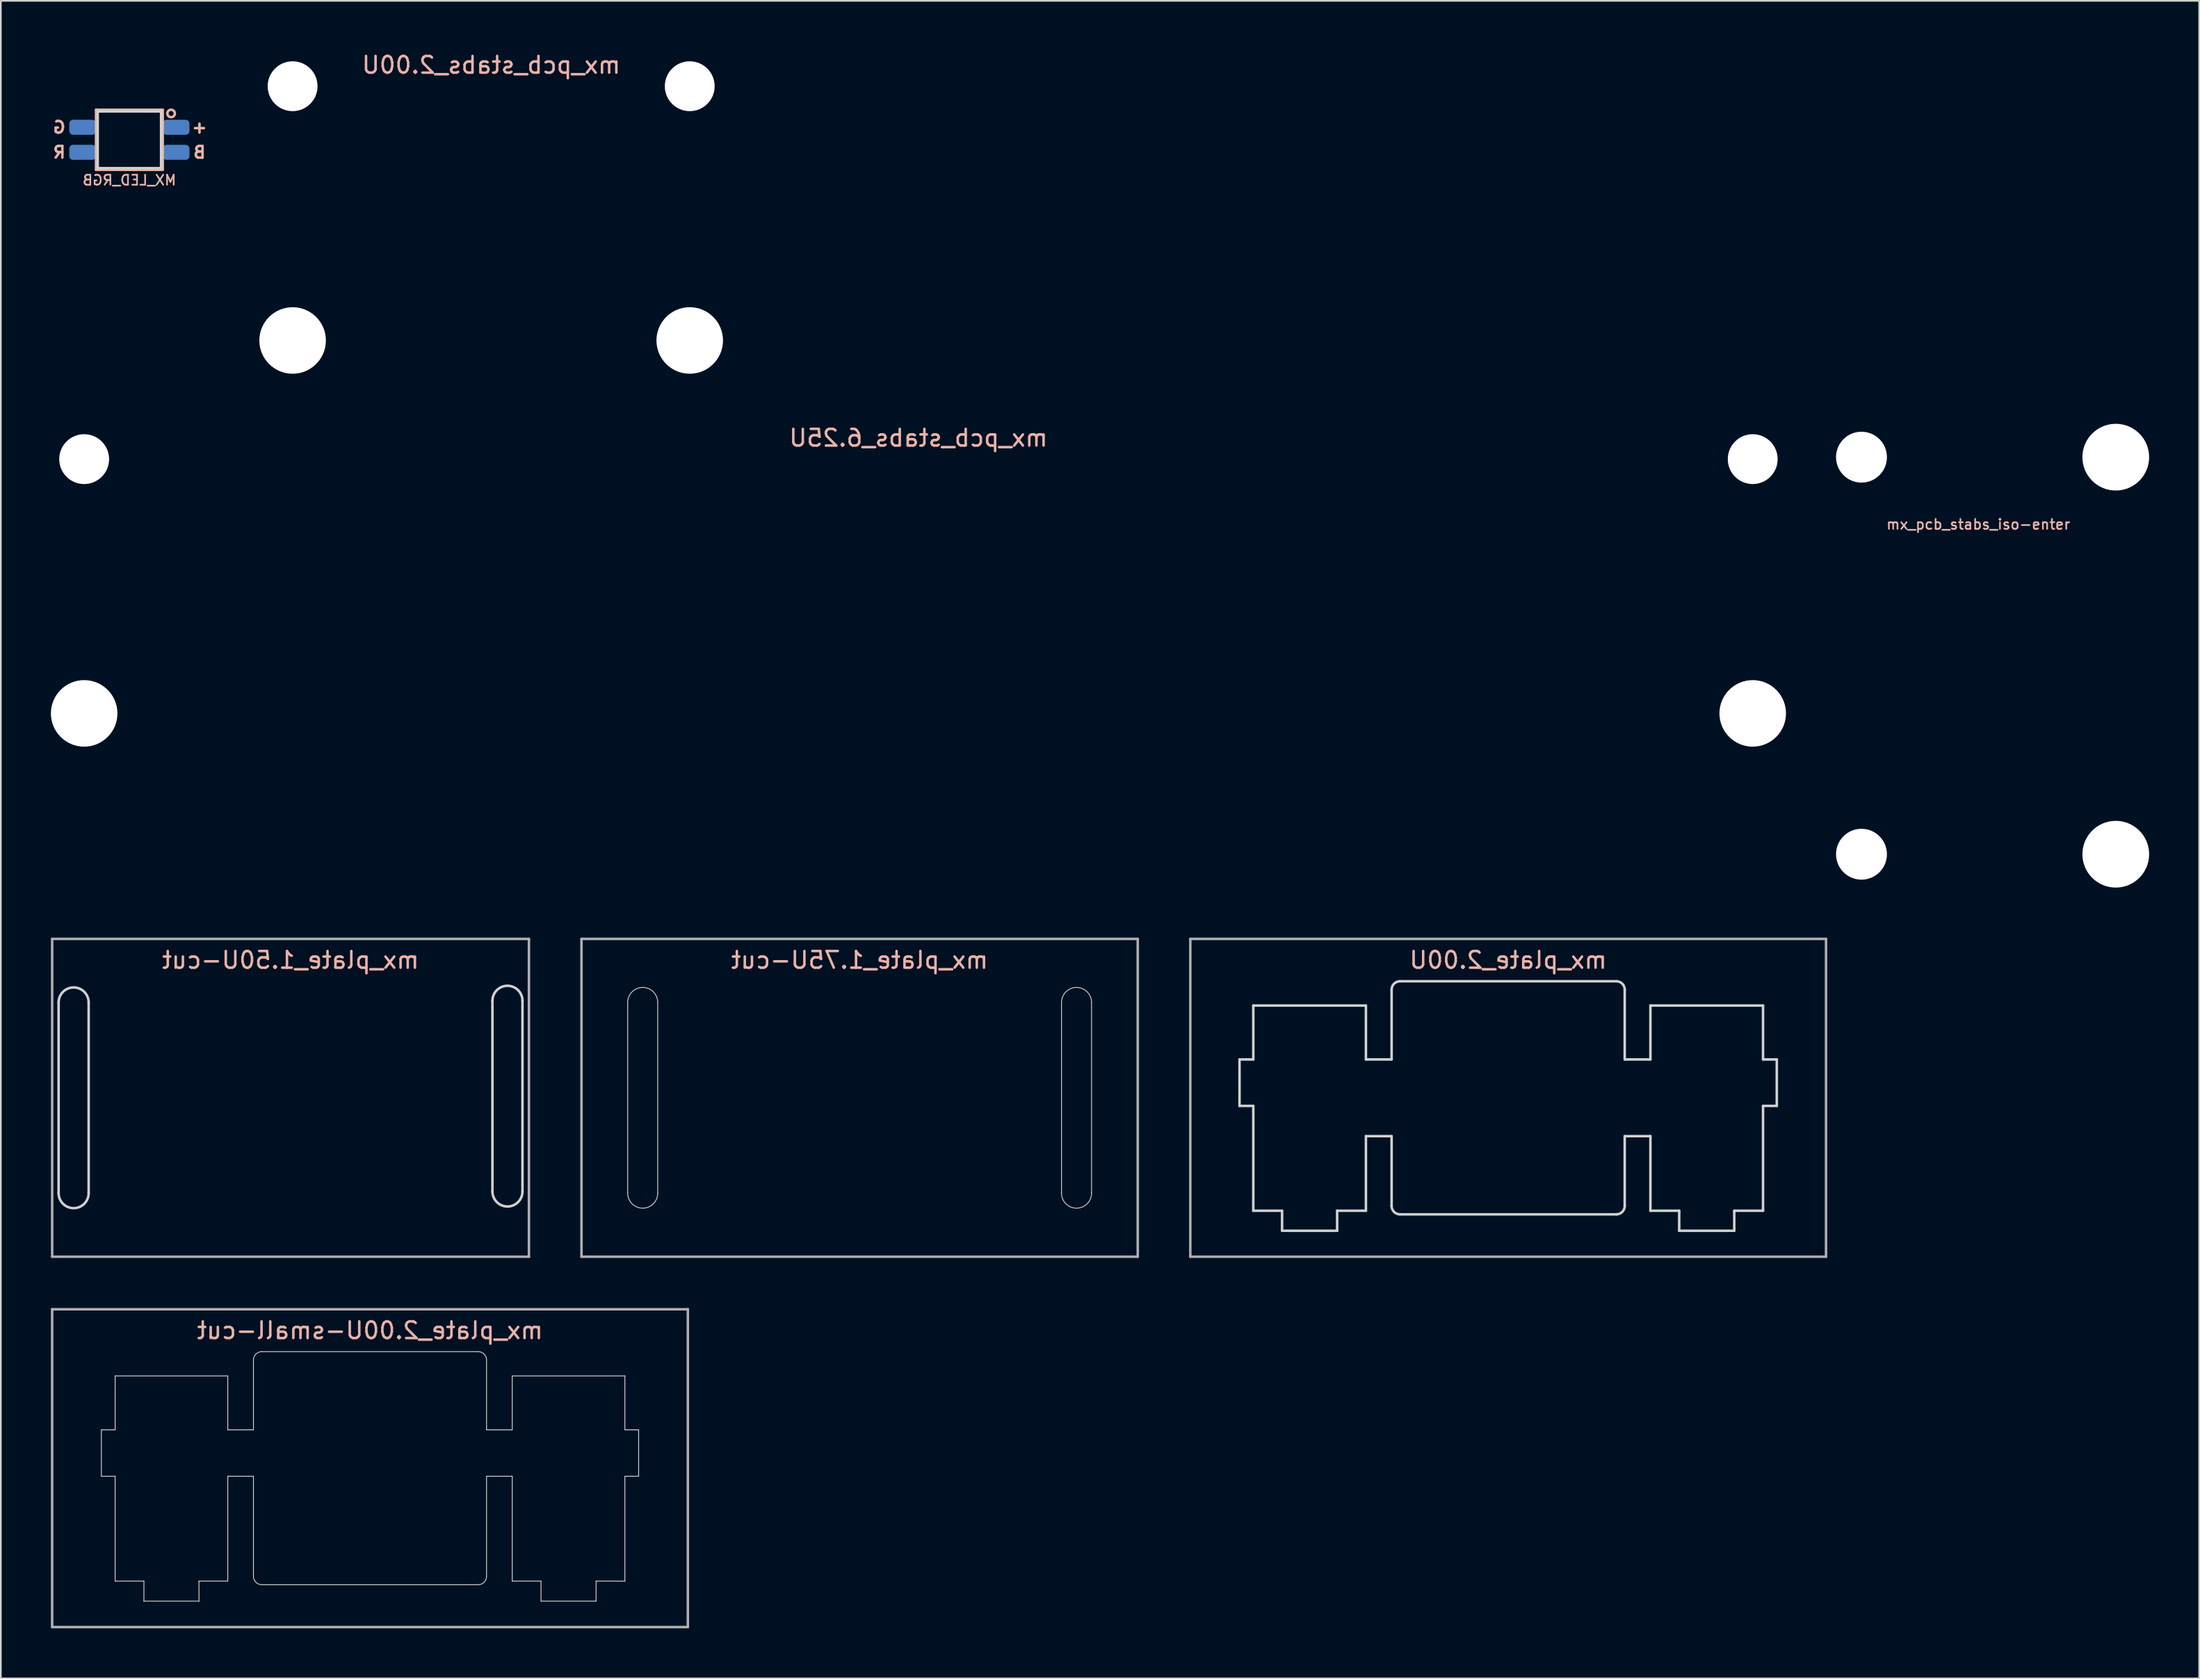
<source format=kicad_pcb>
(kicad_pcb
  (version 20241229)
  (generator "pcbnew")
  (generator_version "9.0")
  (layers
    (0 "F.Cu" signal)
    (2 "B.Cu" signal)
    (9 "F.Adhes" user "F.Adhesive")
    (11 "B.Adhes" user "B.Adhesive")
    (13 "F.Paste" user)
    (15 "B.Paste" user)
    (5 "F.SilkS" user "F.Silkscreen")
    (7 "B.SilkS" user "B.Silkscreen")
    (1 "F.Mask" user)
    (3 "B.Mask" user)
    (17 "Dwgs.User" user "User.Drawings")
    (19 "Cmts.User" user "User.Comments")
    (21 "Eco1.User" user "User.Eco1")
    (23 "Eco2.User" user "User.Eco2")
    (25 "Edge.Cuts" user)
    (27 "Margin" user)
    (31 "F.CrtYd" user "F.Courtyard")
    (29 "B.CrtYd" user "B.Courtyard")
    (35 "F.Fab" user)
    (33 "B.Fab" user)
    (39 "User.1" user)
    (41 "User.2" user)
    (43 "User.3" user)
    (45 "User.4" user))
  (footprint "mx_pcb_stabs_6.25U"
    (layer "F.Cu")
    (at 51.994 31.455)
    (property "Reference" "mx_pcb_stabs_6.25U" (at 0 -8.255 0) (layer "B.SilkS") (effects (font (size 1 1) (thickness 0.15)) (justify mirror)))
    (attr smd)
    (pad "" np_thru_hole circle (at -50 -6.985) (size 2.988 2.988) (drill 2.988) (layers "*.Cu" "*.Mask"))
    (pad "" np_thru_hole circle (at -50 8.255) (size 3.988 3.988) (drill 3.988) (layers "*.Cu" "*.Mask"))
    (pad "" np_thru_hole circle (at 50 -6.985) (size 2.988 2.988) (drill 2.988) (layers "*.Cu" "*.Mask"))
    (pad "" np_thru_hole circle (at 50 8.255) (size 3.988 3.988) (drill 3.988) (layers "*.Cu" "*.Mask")))
  (footprint "mx_plate_2.00U-small-cut"
    (layer "F.Cu")
    (at 19.125 84.952)
    (property "Reference" "mx_plate_2.00U-small-cut" (at 0 -8.255 0) (layer "B.SilkS") (effects (font (size 1 1) (thickness 0.15)) (justify mirror)))
    (attr smd)
    (fp_line (start -16.1 -2.3) (end -16.1 0.485) (stroke (width 0.05) (type solid)) (layer "Edge.Cuts"))
    (fp_line (start -16.1 -2.3) (end -15.275 -2.3) (stroke (width 0.05) (type solid)) (layer "Edge.Cuts"))
    (fp_line (start -16.1 0.485) (end -15.275 0.485) (stroke (width 0.05) (type solid)) (layer "Edge.Cuts"))
    (fp_line (start -15.275 -5.53) (end -15.275 -2.3) (stroke (width 0.05) (type solid)) (layer "Edge.Cuts"))
    (fp_line (start -15.275 -5.53) (end -8.525 -5.53) (stroke (width 0.05) (type solid)) (layer "Edge.Cuts"))
    (fp_line (start -15.275 0.485) (end -15.275 6.77) (stroke (width 0.05) (type solid)) (layer "Edge.Cuts"))
    (fp_line (start -15.275 6.77) (end -13.55 6.77) (stroke (width 0.05) (type solid)) (layer "Edge.Cuts"))
    (fp_line (start -13.55 6.77) (end -13.55 7.97) (stroke (width 0.05) (type solid)) (layer "Edge.Cuts"))
    (fp_line (start -13.55 7.97) (end -10.25 7.97) (stroke (width 0.05) (type solid)) (layer "Edge.Cuts"))
    (fp_line (start -10.25 6.77) (end -10.25 7.97) (stroke (width 0.05) (type solid)) (layer "Edge.Cuts"))
    (fp_line (start -10.25 6.77) (end -8.525 6.77) (stroke (width 0.05) (type solid)) (layer "Edge.Cuts"))
    (fp_line (start -8.525 -5.53) (end -8.525 -2.3) (stroke (width 0.05) (type solid)) (layer "Edge.Cuts"))
    (fp_line (start -8.525 -2.3) (end -6.985 -2.3) (stroke (width 0.05) (type solid)) (layer "Edge.Cuts"))
    (fp_line (start -8.525 0.485) (end -8.525 6.77) (stroke (width 0.05) (type solid)) (layer "Edge.Cuts"))
    (fp_line (start -8.525 0.485) (end -6.985 0.485) (stroke (width 0.05) (type solid)) (layer "Edge.Cuts"))
    (fp_line (start -6.985 -6.485) (end -6.985 -2.3) (stroke (width 0.05) (type solid)) (layer "Edge.Cuts"))
    (fp_line (start -6.985 0.485) (end -6.985 6.485) (stroke (width 0.05) (type solid)) (layer "Edge.Cuts"))
    (fp_line (start -6.485 6.985) (end 6.485 6.985) (stroke (width 0.05) (type solid)) (layer "Edge.Cuts"))
    (fp_line (start 6.485 -6.985) (end -6.485 -6.985) (stroke (width 0.05) (type solid)) (layer "Edge.Cuts"))
    (fp_line (start 6.985 -6.485) (end 6.985 -2.3) (stroke (width 0.05) (type solid)) (layer "Edge.Cuts"))
    (fp_line (start 6.985 -2.3) (end 8.525 -2.3) (stroke (width 0.05) (type solid)) (layer "Edge.Cuts"))
    (fp_line (start 6.985 0.485) (end 6.985 6.485) (stroke (width 0.05) (type solid)) (layer "Edge.Cuts"))
    (fp_line (start 6.985 0.485) (end 8.525 0.485) (stroke (width 0.05) (type solid)) (layer "Edge.Cuts"))
    (fp_line (start 8.525 -5.53) (end 8.525 -2.3) (stroke (width 0.05) (type solid)) (layer "Edge.Cuts"))
    (fp_line (start 8.525 -5.53) (end 15.275 -5.53) (stroke (width 0.05) (type solid)) (layer "Edge.Cuts"))
    (fp_line (start 8.525 0.485) (end 8.525 6.77) (stroke (width 0.05) (type solid)) (layer "Edge.Cuts"))
    (fp_line (start 8.525 6.77) (end 10.25 6.77) (stroke (width 0.05) (type solid)) (layer "Edge.Cuts"))
    (fp_line (start 10.25 6.77) (end 10.25 7.97) (stroke (width 0.05) (type solid)) (layer "Edge.Cuts"))
    (fp_line (start 10.25 7.97) (end 13.55 7.97) (stroke (width 0.05) (type solid)) (layer "Edge.Cuts"))
    (fp_line (start 13.55 6.77) (end 13.55 7.97) (stroke (width 0.05) (type solid)) (layer "Edge.Cuts"))
    (fp_line (start 13.55 6.77) (end 15.275 6.77) (stroke (width 0.05) (type solid)) (layer "Edge.Cuts"))
    (fp_line (start 15.275 -5.53) (end 15.275 -2.3) (stroke (width 0.05) (type solid)) (layer "Edge.Cuts"))
    (fp_line (start 15.275 0.485) (end 15.275 6.77) (stroke (width 0.05) (type solid)) (layer "Edge.Cuts"))
    (fp_line (start 16.1 -2.3) (end 15.275 -2.3) (stroke (width 0.05) (type solid)) (layer "Edge.Cuts"))
    (fp_line (start 16.1 0.485) (end 15.275 0.485) (stroke (width 0.05) (type solid)) (layer "Edge.Cuts"))
    (fp_line (start 16.1 0.485) (end 16.1 -2.3) (stroke (width 0.05) (type solid)) (layer "Edge.Cuts"))
    (fp_arc (start -6.985 -6.485) (mid -6.838553 -6.838553) (end -6.485 -6.985) (stroke (width 0.05) (type solid)) (layer "Edge.Cuts"))
    (fp_arc (start -6.485 6.985) (mid -6.838553 6.838553) (end -6.985 6.485) (stroke (width 0.05) (type solid)) (layer "Edge.Cuts"))
    (fp_arc (start 6.485 -6.985) (mid 6.838553 -6.838553) (end 6.985 -6.485) (stroke (width 0.05) (type solid)) (layer "Edge.Cuts"))
    (fp_arc (start 6.985 6.485) (mid 6.838553 6.838553) (end 6.485 6.985) (stroke (width 0.05) (type solid)) (layer "Edge.Cuts"))
    (fp_line (start -19.05 -9.525) (end 19.05 -9.525) (stroke (width 0.15) (type solid)) (layer "F.Fab"))
    (fp_line (start -19.05 9.525) (end -19.05 -9.525) (stroke (width 0.15) (type solid)) (layer "F.Fab"))
    (fp_line (start 19.05 -9.525) (end 19.05 9.525) (stroke (width 0.15) (type solid)) (layer "F.Fab"))
    (fp_line (start 19.05 9.525) (end -19.05 9.525) (stroke (width 0.15) (type solid)) (layer "F.Fab")))
  (footprint "mx_pcb_stabs_2.00U"
    (layer "F.Cu")
    (at 26.387 9.103)
    (property "Reference" "mx_pcb_stabs_2.00U" (at 0 -8.255 0) (layer "B.SilkS") (effects (font (size 1 1) (thickness 0.15)) (justify mirror)))
    (attr smd)
    (pad "" np_thru_hole circle (at -11.9 -6.985) (size 2.988 2.988) (drill 2.988) (layers "*.Cu" "*.Mask"))
    (pad "" np_thru_hole circle (at -11.9 8.255) (size 3.988 3.988) (drill 3.988) (layers "*.Cu" "*.Mask"))
    (pad "" np_thru_hole circle (at 11.9 -6.985) (size 2.988 2.988) (drill 2.988) (layers "*.Cu" "*.Mask"))
    (pad "" np_thru_hole circle (at 11.9 8.255) (size 3.988 3.988) (drill 3.988) (layers "*.Cu" "*.Mask")))
  (footprint "MX_LED_RGB"
    (layer "F.Cu")
    (at 4.705 0.25)
    (property "Reference" "MX_LED_RGB" (at 0 7.5 0) (layer "B.SilkS") (effects (font (size 0.6 0.6) (thickness 0.1)) (justify mirror)))
    (attr smd)
    (fp_line (start -2 3.28) (end -2 6.88) (stroke (width 0.15) (type solid)) (layer "B.SilkS"))
    (fp_line (start -2 6.88) (end 2 6.88) (stroke (width 0.15) (type solid)) (layer "B.SilkS"))
    (fp_line (start 2 3.28) (end -2 3.28) (stroke (width 0.15) (type solid)) (layer "B.SilkS"))
    (fp_line (start 2 6.88) (end 2 3.28) (stroke (width 0.15) (type solid)) (layer "B.SilkS"))
    (fp_circle (center 2.5 3.5) (end 2.724 3.5) (stroke (width 0.15) (type solid)) (fill no) (layer "B.SilkS"))
    (fp_line (start -1.9 3.38) (end -1.9 6.78) (stroke (width 0.15) (type solid)) (layer "Edge.Cuts"))
    (fp_line (start -1.9 3.38) (end 1.9 3.38) (stroke (width 0.15) (type solid)) (layer "Edge.Cuts"))
    (fp_line (start -1.9 6.78) (end 1.9 6.78) (stroke (width 0.15) (type solid)) (layer "Edge.Cuts"))
    (fp_line (start 1.9 3.38) (end 1.9 6.78) (stroke (width 0.15) (type solid)) (layer "Edge.Cuts"))
    (fp_text user "+" (at 4.2 4.33 0) (layer "B.SilkS") (effects (font (size 0.7 0.7) (thickness 0.15)) (justify mirror)))
    (fp_text user "R" (at -4.2 5.83 0) (layer "B.SilkS") (effects (font (size 0.7 0.7) (thickness 0.15)) (justify mirror)))
    (fp_text user "B" (at 4.2 5.83 0) (layer "B.SilkS") (effects (font (size 0.7 0.7) (thickness 0.15)) (justify mirror)))
    (fp_text user "G" (at -4.2 4.33 0) (layer "B.SilkS") (effects (font (size 0.7 0.7) (thickness 0.15)) (justify mirror)))
    (pad "3" smd roundrect (at 2.8 4.33) (size 1.6 0.9) (layers "B.Cu" "B.Mask" "B.Paste") (roundrect_rratio 0.25))
    (pad "4" smd roundrect (at -2.8 5.83) (size 1.6 0.9) (layers "B.Cu" "B.Mask" "B.Paste") (roundrect_rratio 0.25))
    (pad "5" smd roundrect (at -2.8 4.33) (size 1.6 0.9) (layers "B.Cu" "B.Mask" "B.Paste") (roundrect_rratio 0.25))
    (pad "6" smd roundrect (at 2.8 5.83) (size 1.6 0.9) (layers "B.Cu" "B.Mask" "B.Paste") (roundrect_rratio 0.25)))
  (footprint "mx_pcb_stabs_iso-enter"
    (layer "F.Cu")
    (at 113.132 36.252)
    (property "Reference" "mx_pcb_stabs_iso-enter" (at 2.381 -7.874 0) (layer "B.SilkS") (effects (font (size 0.6 0.6) (thickness 0.1))))
    (attr through_hole)
    (pad "" np_thru_hole circle (at -4.619 -11.9) (size 3.05 3.05) (drill 3.05) (layers "*.Cu" "*.Mask"))
    (pad "" np_thru_hole circle (at -4.619 11.9) (size 3.05 3.05) (drill 3.05) (layers "*.Cu" "*.Mask"))
    (pad "" np_thru_hole circle (at 10.621 -11.9) (size 4 4) (drill 4) (layers "*.Cu" "*.Mask"))
    (pad "" np_thru_hole circle (at 10.621 11.9) (size 4 4) (drill 4) (layers "*.Cu" "*.Mask")))
  (footprint "mx_plate_1.75U-cut"
    (layer "F.Cu")
    (at 48.469 62.752)
    (property "Reference" "mx_plate_1.75U-cut" (at 0 -8.255 0) (layer "B.SilkS") (effects (font (size 1 1) (thickness 0.15)) (justify mirror)))
    (attr smd)
    (fp_line (start -13.9 -5.715) (end -13.9 5.715) (stroke (width 0.05) (type solid)) (layer "Edge.Cuts"))
    (fp_line (start -12.1 -5.715) (end -12.1 5.715) (stroke (width 0.05) (type solid)) (layer "Edge.Cuts"))
    (fp_line (start 12.1 -5.715) (end 12.1 5.715) (stroke (width 0.05) (type solid)) (layer "Edge.Cuts"))
    (fp_line (start 13.9 -5.715) (end 13.9 5.715) (stroke (width 0.05) (type solid)) (layer "Edge.Cuts"))
    (fp_arc (start -13.9 -5.715) (mid -13 -6.615) (end -12.1 -5.715) (stroke (width 0.05) (type solid)) (layer "Edge.Cuts"))
    (fp_arc (start -12.1 5.715) (mid -13 6.615) (end -13.9 5.715) (stroke (width 0.05) (type solid)) (layer "Edge.Cuts"))
    (fp_arc (start 12.1 -5.715) (mid 13 -6.615) (end 13.9 -5.715) (stroke (width 0.05) (type solid)) (layer "Edge.Cuts"))
    (fp_arc (start 13.9 5.715) (mid 13 6.615) (end 12.1 5.715) (stroke (width 0.05) (type solid)) (layer "Edge.Cuts"))
    (fp_line (start -16.669 -9.525) (end 16.669 -9.525) (stroke (width 0.15) (type solid)) (layer "F.Fab"))
    (fp_line (start -16.669 9.525) (end -16.669 -9.525) (stroke (width 0.15) (type solid)) (layer "F.Fab"))
    (fp_line (start 16.669 -9.525) (end 16.669 9.525) (stroke (width 0.15) (type solid)) (layer "F.Fab"))
    (fp_line (start 16.669 9.525) (end -16.669 9.525) (stroke (width 0.15) (type solid)) (layer "F.Fab")))
  (footprint "mx_plate_1.50U-cut"
    (layer "F.Cu")
    (at 14.363 62.752)
    (property "Reference" "mx_plate_1.50U-cut" (at 0 -8.255 0) (layer "B.SilkS") (effects (font (size 1 1) (thickness 0.15)) (justify mirror)))
    (attr smd)
    (fp_line (start -13.9 -5.715) (end -13.9 5.715) (stroke (width 0.15) (type solid)) (layer "Edge.Cuts"))
    (fp_line (start -12.1 -5.715) (end -12.1 5.715) (stroke (width 0.15) (type solid)) (layer "Edge.Cuts"))
    (fp_line (start 12.1 -5.815) (end 12.1 5.615) (stroke (width 0.15) (type solid)) (layer "Edge.Cuts"))
    (fp_line (start 13.9 -5.815) (end 13.9 5.615) (stroke (width 0.15) (type solid)) (layer "Edge.Cuts"))
    (fp_arc (start -13.9 -5.715) (mid -13 -6.615) (end -12.1 -5.715) (stroke (width 0.15) (type solid)) (layer "Edge.Cuts"))
    (fp_arc (start -12.1 5.715) (mid -13 6.615) (end -13.9 5.715) (stroke (width 0.15) (type solid)) (layer "Edge.Cuts"))
    (fp_arc (start 12.1 -5.815) (mid 13 -6.715) (end 13.9 -5.815) (stroke (width 0.15) (type solid)) (layer "Edge.Cuts"))
    (fp_arc (start 13.9 5.615) (mid 13 6.515) (end 12.1 5.615) (stroke (width 0.15) (type solid)) (layer "Edge.Cuts"))
    (fp_line (start -14.287 -9.525) (end 14.287 -9.525) (stroke (width 0.15) (type solid)) (layer "F.Fab"))
    (fp_line (start -14.287 9.525) (end -14.287 -9.525) (stroke (width 0.15) (type solid)) (layer "F.Fab"))
    (fp_line (start 14.287 -9.525) (end 14.287 9.525) (stroke (width 0.15) (type solid)) (layer "F.Fab"))
    (fp_line (start 14.287 9.525) (end -14.287 9.525) (stroke (width 0.15) (type solid)) (layer "F.Fab")))
  (footprint "mx_plate_2.00U"
    (layer "F.Cu")
    (at 87.338 62.752)
    (property "Reference" "mx_plate_2.00U" (at 0 -8.255 0) (layer "B.SilkS") (effects (font (size 1 1) (thickness 0.15)) (justify mirror)))
    (attr smd)
    (fp_line (start -16.1 -2.3) (end -16.1 0.485) (stroke (width 0.15) (type solid)) (layer "Edge.Cuts"))
    (fp_line (start -16.1 -2.3) (end -15.275 -2.3) (stroke (width 0.15) (type solid)) (layer "Edge.Cuts"))
    (fp_line (start -16.1 0.485) (end -15.275 0.485) (stroke (width 0.15) (type solid)) (layer "Edge.Cuts"))
    (fp_line (start -15.275 -5.53) (end -15.275 -2.3) (stroke (width 0.15) (type solid)) (layer "Edge.Cuts"))
    (fp_line (start -15.275 -5.53) (end -8.525 -5.53) (stroke (width 0.15) (type solid)) (layer "Edge.Cuts"))
    (fp_line (start -15.275 0.485) (end -15.275 6.77) (stroke (width 0.15) (type solid)) (layer "Edge.Cuts"))
    (fp_line (start -15.275 6.77) (end -13.55 6.77) (stroke (width 0.15) (type solid)) (layer "Edge.Cuts"))
    (fp_line (start -13.55 6.77) (end -13.55 7.97) (stroke (width 0.15) (type solid)) (layer "Edge.Cuts"))
    (fp_line (start -13.55 7.97) (end -10.25 7.97) (stroke (width 0.15) (type solid)) (layer "Edge.Cuts"))
    (fp_line (start -10.25 6.77) (end -10.25 7.97) (stroke (width 0.15) (type solid)) (layer "Edge.Cuts"))
    (fp_line (start -10.25 6.77) (end -8.525 6.77) (stroke (width 0.15) (type solid)) (layer "Edge.Cuts"))
    (fp_line (start -8.525 -5.53) (end -8.525 -2.3) (stroke (width 0.15) (type solid)) (layer "Edge.Cuts"))
    (fp_line (start -8.525 -2.3) (end -6.985 -2.3) (stroke (width 0.15) (type solid)) (layer "Edge.Cuts"))
    (fp_line (start -8.525 2.3) (end -8.525 6.77) (stroke (width 0.15) (type solid)) (layer "Edge.Cuts"))
    (fp_line (start -8.525 2.3) (end -6.985 2.3) (stroke (width 0.15) (type solid)) (layer "Edge.Cuts"))
    (fp_line (start -6.985 -6.485) (end -6.985 -2.3) (stroke (width 0.15) (type solid)) (layer "Edge.Cuts"))
    (fp_line (start -6.985 2.3) (end -6.985 6.485) (stroke (width 0.15) (type solid)) (layer "Edge.Cuts"))
    (fp_line (start -6.485 6.985) (end 6.485 6.985) (stroke (width 0.15) (type solid)) (layer "Edge.Cuts"))
    (fp_line (start 6.485 -6.985) (end -6.485 -6.985) (stroke (width 0.15) (type solid)) (layer "Edge.Cuts"))
    (fp_line (start 6.985 -6.485) (end 6.985 -2.3) (stroke (width 0.15) (type solid)) (layer "Edge.Cuts"))
    (fp_line (start 6.985 -2.3) (end 8.525 -2.3) (stroke (width 0.15) (type solid)) (layer "Edge.Cuts"))
    (fp_line (start 6.985 2.3) (end 6.985 6.485) (stroke (width 0.15) (type solid)) (layer "Edge.Cuts"))
    (fp_line (start 6.985 2.3) (end 8.525 2.3) (stroke (width 0.15) (type solid)) (layer "Edge.Cuts"))
    (fp_line (start 8.525 -5.53) (end 8.525 -2.3) (stroke (width 0.15) (type solid)) (layer "Edge.Cuts"))
    (fp_line (start 8.525 -5.53) (end 15.275 -5.53) (stroke (width 0.15) (type solid)) (layer "Edge.Cuts"))
    (fp_line (start 8.525 2.3) (end 8.525 6.77) (stroke (width 0.15) (type solid)) (layer "Edge.Cuts"))
    (fp_line (start 8.525 6.77) (end 10.25 6.77) (stroke (width 0.15) (type solid)) (layer "Edge.Cuts"))
    (fp_line (start 10.25 6.77) (end 10.25 7.97) (stroke (width 0.15) (type solid)) (layer "Edge.Cuts"))
    (fp_line (start 10.25 7.97) (end 13.55 7.97) (stroke (width 0.15) (type solid)) (layer "Edge.Cuts"))
    (fp_line (start 13.55 6.77) (end 13.55 7.97) (stroke (width 0.15) (type solid)) (layer "Edge.Cuts"))
    (fp_line (start 13.55 6.77) (end 15.275 6.77) (stroke (width 0.15) (type solid)) (layer "Edge.Cuts"))
    (fp_line (start 15.275 -5.53) (end 15.275 -2.3) (stroke (width 0.15) (type solid)) (layer "Edge.Cuts"))
    (fp_line (start 15.275 0.485) (end 15.275 6.77) (stroke (width 0.15) (type solid)) (layer "Edge.Cuts"))
    (fp_line (start 16.1 -2.3) (end 15.275 -2.3) (stroke (width 0.15) (type solid)) (layer "Edge.Cuts"))
    (fp_line (start 16.1 0.485) (end 15.275 0.485) (stroke (width 0.15) (type solid)) (layer "Edge.Cuts"))
    (fp_line (start 16.1 0.485) (end 16.1 -2.3) (stroke (width 0.15) (type solid)) (layer "Edge.Cuts"))
    (fp_arc (start -6.985 -6.485) (mid -6.838553 -6.838553) (end -6.485 -6.985) (stroke (width 0.15) (type solid)) (layer "Edge.Cuts"))
    (fp_arc (start -6.485 6.985) (mid -6.838553 6.838553) (end -6.985 6.485) (stroke (width 0.15) (type solid)) (layer "Edge.Cuts"))
    (fp_arc (start 6.485 -6.985) (mid 6.838553 -6.838553) (end 6.985 -6.485) (stroke (width 0.15) (type solid)) (layer "Edge.Cuts"))
    (fp_arc (start 6.985 6.485) (mid 6.838553 6.838553) (end 6.485 6.985) (stroke (width 0.15) (type solid)) (layer "Edge.Cuts"))
    (fp_line (start -19.05 -9.525) (end 19.05 -9.525) (stroke (width 0.15) (type solid)) (layer "F.Fab"))
    (fp_line (start -19.05 9.525) (end -19.05 -9.525) (stroke (width 0.15) (type solid)) (layer "F.Fab"))
    (fp_line (start 19.05 -9.525) (end 19.05 9.525) (stroke (width 0.15) (type solid)) (layer "F.Fab"))
    (fp_line (start 19.05 9.525) (end -19.05 9.525) (stroke (width 0.15) (type solid)) (layer "F.Fab")))
  (gr_rect
    (start -3 -3)
    (end 128.753 97.552)
    (stroke (width 0.1) (type default))
    (fill no)
    (layer "Edge.Cuts")))
</source>
